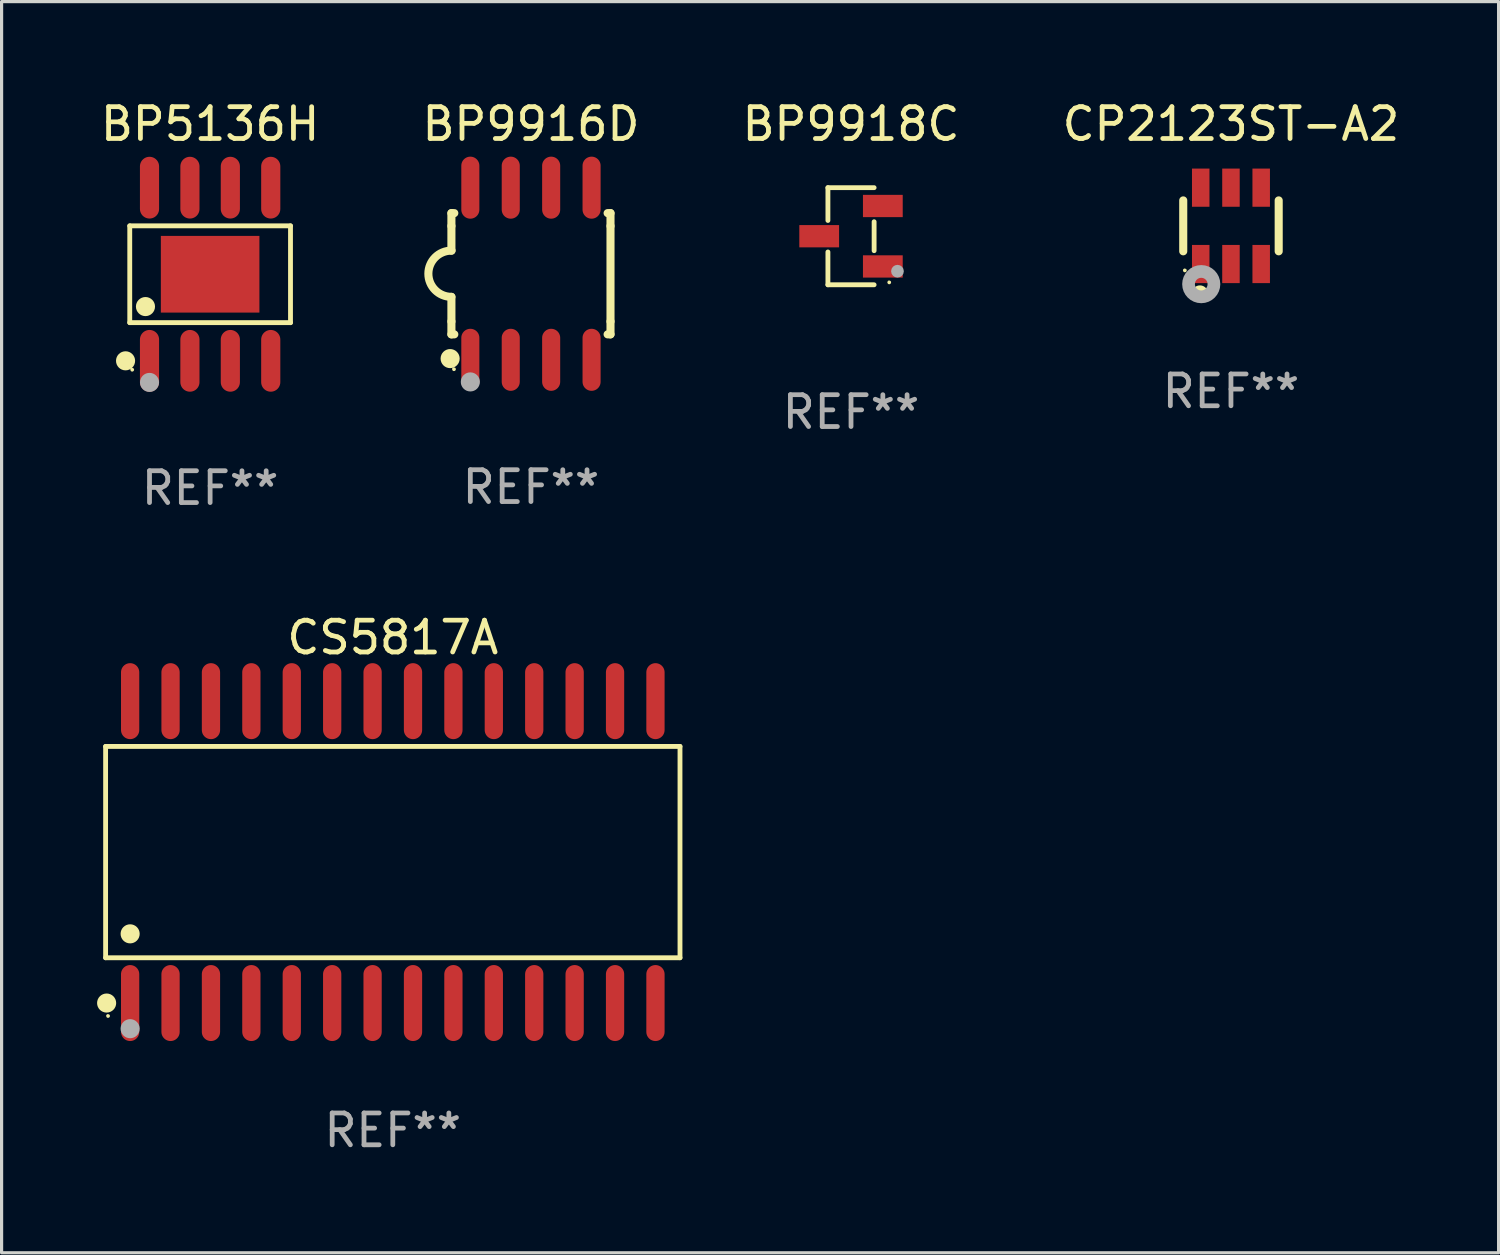
<source format=kicad_pcb>
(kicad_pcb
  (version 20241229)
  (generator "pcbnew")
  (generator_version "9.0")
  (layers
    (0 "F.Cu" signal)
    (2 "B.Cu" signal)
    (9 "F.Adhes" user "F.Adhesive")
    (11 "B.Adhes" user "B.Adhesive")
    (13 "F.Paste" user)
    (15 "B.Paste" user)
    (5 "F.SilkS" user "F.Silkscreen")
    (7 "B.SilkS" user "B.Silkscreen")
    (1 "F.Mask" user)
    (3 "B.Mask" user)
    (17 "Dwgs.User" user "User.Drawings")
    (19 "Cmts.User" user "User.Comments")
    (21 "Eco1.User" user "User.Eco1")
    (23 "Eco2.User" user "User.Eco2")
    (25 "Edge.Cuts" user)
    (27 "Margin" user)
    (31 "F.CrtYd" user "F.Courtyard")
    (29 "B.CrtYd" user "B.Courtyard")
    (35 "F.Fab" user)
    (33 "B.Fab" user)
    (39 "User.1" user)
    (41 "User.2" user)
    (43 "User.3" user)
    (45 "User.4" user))
  (footprint "CP2123ST-A2"
    (layer "F.Cu")
    (at 35.637 4.048)
    (property "Reference" "CP2123ST-A2" (at 0 -3.2 0) (layer "F.SilkS") (effects (font (size 1 1) (thickness 0.15))))
    (attr through_hole)
    (fp_line (start -1.5 0.8) (end -1.5 -0.8) (stroke (width 0.254) (type solid)) (layer "F.SilkS"))
    (fp_line (start 1.5 -0.8) (end 1.5 0.8) (stroke (width 0.254) (type solid)) (layer "F.SilkS"))
    (fp_circle (center -1.45 1.4) (end -1.42 1.4) (stroke (width 0.06) (type solid)) (fill no) (layer "F.SilkS"))
    (fp_circle (center -0.975 2.125) (end -0.848 2.125) (stroke (width 0.254) (type solid)) (fill no) (layer "F.SilkS"))
    (fp_circle (center -0.934 1.832) (end -0.735 1.832) (stroke (width 0.4) (type solid)) (fill no) (layer "F.Fab"))
    (fp_text user "REF**" (at 0 5.2 0) (layer "F.Fab") (effects (font (size 1 1) (thickness 0.15))))
    (pad "1" smd rect (at -0.95 1.2) (size 0.55 1.2) (layers "F.Cu" "F.Mask" "F.Paste"))
    (pad "2" smd rect (at 0 1.2) (size 0.55 1.2) (layers "F.Cu" "F.Mask" "F.Paste"))
    (pad "3" smd rect (at 0.95 1.2) (size 0.55 1.2) (layers "F.Cu" "F.Mask" "F.Paste"))
    (pad "4" smd rect (at 0.95 -1.2) (size 0.55 1.2) (layers "F.Cu" "F.Mask" "F.Paste"))
    (pad "5" smd rect (at 0 -1.2) (size 0.55 1.2) (layers "F.Cu" "F.Mask" "F.Paste"))
    (pad "6" smd rect (at -0.95 -1.2) (size 0.55 1.2) (layers "F.Cu" "F.Mask" "F.Paste")))
  (footprint "BP9916D"
    (layer "F.Cu")
    (at 13.637 5.553)
    (property "Reference" "BP9916D" (at 0 -4.705 0) (layer "F.SilkS") (effects (font (size 1 1) (thickness 0.15))))
    (attr through_hole)
    (fp_line (start -2.5 -1.905) (end -2.409 -1.905) (stroke (width 0.254) (type solid)) (layer "F.SilkS"))
    (fp_line (start -2.5 -1.5) (end -2.5 -1.905) (stroke (width 0.254) (type solid)) (layer "F.SilkS"))
    (fp_line (start -2.5 -1.5) (end -2.5 -0.726) (stroke (width 0.254) (type solid)) (layer "F.SilkS"))
    (fp_line (start -2.5 1.5) (end -2.5 0.727) (stroke (width 0.254) (type solid)) (layer "F.SilkS"))
    (fp_line (start -2.5 1.5) (end -2.5 1.905) (stroke (width 0.254) (type solid)) (layer "F.SilkS"))
    (fp_line (start -2.5 1.905) (end -2.409 1.905) (stroke (width 0.254) (type solid)) (layer "F.SilkS"))
    (fp_line (start 2.5 -1.905) (end 2.409 -1.905) (stroke (width 0.254) (type solid)) (layer "F.SilkS"))
    (fp_line (start 2.5 -1.5) (end 2.5 -1.905) (stroke (width 0.254) (type solid)) (layer "F.SilkS"))
    (fp_line (start 2.5 -1.5) (end 2.5 1.5) (stroke (width 0.254) (type solid)) (layer "F.SilkS"))
    (fp_line (start 2.5 1.5) (end 2.5 1.905) (stroke (width 0.254) (type solid)) (layer "F.SilkS"))
    (fp_line (start 2.5 1.905) (end 2.409 1.905) (stroke (width 0.254) (type solid)) (layer "F.SilkS"))
    (fp_arc (start -2.5 0.726568) (mid -3.220316 -0.0023) (end -2.495097 -0.726289) (stroke (width 0.254001) (type solid)) (layer "F.SilkS"))
    (fp_circle (center -2.54 2.667) (end -2.39 2.667) (stroke (width 0.3) (type solid)) (fill no) (layer "F.SilkS"))
    (fp_circle (center -2.42 3) (end -2.39 3) (stroke (width 0.06) (type solid)) (fill no) (layer "F.SilkS"))
    (fp_circle (center -1.905 3.4) (end -1.755 3.4) (stroke (width 0.3) (type solid)) (fill no) (layer "F.Fab"))
    (fp_text user "REF**" (at 0 6.705 0) (layer "F.Fab") (effects (font (size 1 1) (thickness 0.15))))
    (pad "1" smd oval (at -1.905 2.705) (size 0.568 1.95) (layers "F.Cu" "F.Mask" "F.Paste"))
    (pad "2" smd oval (at -0.635 2.705) (size 0.568 1.95) (layers "F.Cu" "F.Mask" "F.Paste"))
    (pad "3" smd oval (at 0.635 2.705) (size 0.568 1.95) (layers "F.Cu" "F.Mask" "F.Paste"))
    (pad "4" smd oval (at 1.905 2.705) (size 0.568 1.95) (layers "F.Cu" "F.Mask" "F.Paste"))
    (pad "5" smd oval (at 1.905 -2.705) (size 0.568 1.95) (layers "F.Cu" "F.Mask" "F.Paste"))
    (pad "6" smd oval (at 0.635 -2.705) (size 0.568 1.95) (layers "F.Cu" "F.Mask" "F.Paste"))
    (pad "7" smd oval (at -0.635 -2.705) (size 0.568 1.95) (layers "F.Cu" "F.Mask" "F.Paste"))
    (pad "8" smd oval (at -1.905 -2.705) (size 0.568 1.95) (layers "F.Cu" "F.Mask" "F.Paste")))
  (footprint "BP9918C"
    (layer "F.Cu")
    (at 23.696 4.374)
    (property "Reference" "BP9918C" (at 0 -3.526 0) (layer "F.SilkS") (effects (font (size 1 1) (thickness 0.15))))
    (attr through_hole)
    (fp_line (start -0.726 -1.526) (end -0.726 -0.495) (stroke (width 0.152) (type solid)) (layer "F.SilkS"))
    (fp_line (start -0.726 1.526) (end -0.726 0.495) (stroke (width 0.152) (type solid)) (layer "F.SilkS"))
    (fp_line (start 0.726 -1.526) (end -0.726 -1.526) (stroke (width 0.152) (type solid)) (layer "F.SilkS"))
    (fp_line (start 0.726 -0.455) (end 0.726 0.455) (stroke (width 0.152) (type solid)) (layer "F.SilkS"))
    (fp_line (start 0.726 1.526) (end -0.726 1.526) (stroke (width 0.152) (type solid)) (layer "F.SilkS"))
    (fp_circle (center 1.2 1.45) (end 1.23 1.45) (stroke (width 0.06) (type solid)) (fill no) (layer "F.SilkS"))
    (fp_circle (center 1.46 1.1) (end 1.56 1.1) (stroke (width 0.2) (type solid)) (fill no) (layer "F.Fab"))
    (fp_text user "REF**" (at 0 5.526 0) (layer "F.Fab") (effects (font (size 1 1) (thickness 0.15))))
    (pad "1" smd rect (at 1 0.95) (size 1.25 0.7) (layers "F.Cu" "F.Mask" "F.Paste"))
    (pad "2" smd rect (at 1 -0.95) (size 1.25 0.7) (layers "F.Cu" "F.Mask" "F.Paste"))
    (pad "3" smd rect (at -1 0) (size 1.25 0.7) (layers "F.Cu" "F.Mask" "F.Paste")))
  (footprint "CS5817A"
    (layer "F.Cu")
    (at 9.295 23.73)
    (property "Reference" "CS5817A" (at 0 -6.744 0) (layer "F.SilkS") (effects (font (size 1 1) (thickness 0.15))))
    (attr through_hole)
    (fp_line (start -9.026 -3.321) (end 9.026 -3.321) (stroke (width 0.152) (type solid)) (layer "F.SilkS"))
    (fp_line (start -9.026 3.321) (end -9.026 -3.321) (stroke (width 0.152) (type solid)) (layer "F.SilkS"))
    (fp_line (start 9.026 -3.321) (end 9.026 3.321) (stroke (width 0.152) (type solid)) (layer "F.SilkS"))
    (fp_line (start 9.026 3.321) (end -9.026 3.321) (stroke (width 0.152) (type solid)) (layer "F.SilkS"))
    (fp_circle (center -8.994 4.744) (end -8.844 4.744) (stroke (width 0.3) (type solid)) (fill no) (layer "F.SilkS"))
    (fp_circle (center -8.95 5.15) (end -8.92 5.15) (stroke (width 0.06) (type solid)) (fill no) (layer "F.SilkS"))
    (fp_circle (center -8.255 2.569) (end -8.105 2.569) (stroke (width 0.3) (type solid)) (fill no) (layer "F.SilkS"))
    (fp_circle (center -8.255 5.55) (end -8.105 5.55) (stroke (width 0.3) (type solid)) (fill no) (layer "F.Fab"))
    (fp_text user "REF**" (at 0 8.744 0) (layer "F.Fab") (effects (font (size 1 1) (thickness 0.15))))
    (pad "1" smd oval (at -8.255 4.744) (size 0.574 2.388) (layers "F.Cu" "F.Mask" "F.Paste"))
    (pad "2" smd oval (at -6.985 4.744) (size 0.574 2.388) (layers "F.Cu" "F.Mask" "F.Paste"))
    (pad "3" smd oval (at -5.715 4.744) (size 0.574 2.388) (layers "F.Cu" "F.Mask" "F.Paste"))
    (pad "4" smd oval (at -4.445 4.744) (size 0.574 2.388) (layers "F.Cu" "F.Mask" "F.Paste"))
    (pad "5" smd oval (at -3.175 4.744) (size 0.574 2.388) (layers "F.Cu" "F.Mask" "F.Paste"))
    (pad "6" smd oval (at -1.905 4.744) (size 0.574 2.388) (layers "F.Cu" "F.Mask" "F.Paste"))
    (pad "7" smd oval (at -0.635 4.744) (size 0.574 2.388) (layers "F.Cu" "F.Mask" "F.Paste"))
    (pad "8" smd oval (at 0.635 4.744) (size 0.574 2.388) (layers "F.Cu" "F.Mask" "F.Paste"))
    (pad "9" smd oval (at 1.905 4.744) (size 0.574 2.388) (layers "F.Cu" "F.Mask" "F.Paste"))
    (pad "10" smd oval (at 3.175 4.744) (size 0.574 2.388) (layers "F.Cu" "F.Mask" "F.Paste"))
    (pad "11" smd oval (at 4.445 4.744) (size 0.574 2.388) (layers "F.Cu" "F.Mask" "F.Paste"))
    (pad "12" smd oval (at 5.715 4.744) (size 0.574 2.388) (layers "F.Cu" "F.Mask" "F.Paste"))
    (pad "13" smd oval (at 6.985 4.744) (size 0.574 2.388) (layers "F.Cu" "F.Mask" "F.Paste"))
    (pad "14" smd oval (at 8.255 4.744) (size 0.574 2.388) (layers "F.Cu" "F.Mask" "F.Paste"))
    (pad "15" smd oval (at 8.255 -4.744) (size 0.574 2.388) (layers "F.Cu" "F.Mask" "F.Paste"))
    (pad "16" smd oval (at 6.985 -4.744) (size 0.574 2.388) (layers "F.Cu" "F.Mask" "F.Paste"))
    (pad "17" smd oval (at 5.715 -4.744) (size 0.574 2.388) (layers "F.Cu" "F.Mask" "F.Paste"))
    (pad "18" smd oval (at 4.445 -4.744) (size 0.574 2.388) (layers "F.Cu" "F.Mask" "F.Paste"))
    (pad "19" smd oval (at 3.175 -4.744) (size 0.574 2.388) (layers "F.Cu" "F.Mask" "F.Paste"))
    (pad "20" smd oval (at 1.905 -4.744) (size 0.574 2.388) (layers "F.Cu" "F.Mask" "F.Paste"))
    (pad "21" smd oval (at 0.635 -4.744) (size 0.574 2.388) (layers "F.Cu" "F.Mask" "F.Paste"))
    (pad "22" smd oval (at -0.635 -4.744) (size 0.574 2.388) (layers "F.Cu" "F.Mask" "F.Paste"))
    (pad "23" smd oval (at -1.905 -4.744) (size 0.574 2.388) (layers "F.Cu" "F.Mask" "F.Paste"))
    (pad "24" smd oval (at -3.175 -4.744) (size 0.574 2.388) (layers "F.Cu" "F.Mask" "F.Paste"))
    (pad "25" smd oval (at -4.445 -4.744) (size 0.574 2.388) (layers "F.Cu" "F.Mask" "F.Paste"))
    (pad "26" smd oval (at -5.715 -4.744) (size 0.574 2.388) (layers "F.Cu" "F.Mask" "F.Paste"))
    (pad "27" smd oval (at -6.985 -4.744) (size 0.574 2.388) (layers "F.Cu" "F.Mask" "F.Paste"))
    (pad "28" smd oval (at -8.255 -4.744) (size 0.574 2.388) (layers "F.Cu" "F.Mask" "F.Paste")))
  (footprint "BP5136H"
    (layer "F.Cu")
    (at 3.554 5.569)
    (property "Reference" "BP5136H" (at 0 -4.721 0) (layer "F.SilkS") (effects (font (size 1 1) (thickness 0.15))))
    (attr through_hole)
    (fp_line (start -2.526 -1.521) (end 2.526 -1.521) (stroke (width 0.152) (type solid)) (layer "F.SilkS"))
    (fp_line (start -2.526 1.521) (end -2.526 -1.521) (stroke (width 0.152) (type solid)) (layer "F.SilkS"))
    (fp_line (start 2.526 -1.521) (end 2.526 1.521) (stroke (width 0.152) (type solid)) (layer "F.SilkS"))
    (fp_line (start 2.526 1.521) (end -2.526 1.521) (stroke (width 0.152) (type solid)) (layer "F.SilkS"))
    (fp_circle (center -2.658 2.721) (end -2.508 2.721) (stroke (width 0.3) (type solid)) (fill no) (layer "F.SilkS"))
    (fp_circle (center -2.45 3) (end -2.42 3) (stroke (width 0.06) (type solid)) (fill no) (layer "F.SilkS"))
    (fp_circle (center -2.032 1.016) (end -1.882 1.016) (stroke (width 0.3) (type solid)) (fill no) (layer "F.SilkS"))
    (fp_circle (center -1.905 3.4) (end -1.755 3.4) (stroke (width 0.3) (type solid)) (fill no) (layer "F.Fab"))
    (fp_text user "REF**" (at 0 6.721 0) (layer "F.Fab") (effects (font (size 1 1) (thickness 0.15))))
    (pad "1" smd oval (at -1.905 2.721) (size 0.602 1.941) (layers "F.Cu" "F.Mask" "F.Paste"))
    (pad "2" smd oval (at -0.635 2.721) (size 0.602 1.941) (layers "F.Cu" "F.Mask" "F.Paste"))
    (pad "3" smd oval (at 0.635 2.721) (size 0.602 1.941) (layers "F.Cu" "F.Mask" "F.Paste"))
    (pad "4" smd oval (at 1.905 2.721) (size 0.602 1.941) (layers "F.Cu" "F.Mask" "F.Paste"))
    (pad "5" smd oval (at 1.905 -2.721) (size 0.602 1.941) (layers "F.Cu" "F.Mask" "F.Paste"))
    (pad "6" smd oval (at 0.635 -2.721) (size 0.602 1.941) (layers "F.Cu" "F.Mask" "F.Paste"))
    (pad "7" smd oval (at -0.635 -2.721) (size 0.602 1.941) (layers "F.Cu" "F.Mask" "F.Paste"))
    (pad "8" smd oval (at -1.905 -2.721) (size 0.602 1.941) (layers "F.Cu" "F.Mask" "F.Paste"))
    (pad "9" smd rect (at 0 0) (size 3.098 2.41) (layers "F.Cu" "F.Mask" "F.Paste")))
  (gr_rect
    (start -3 -3)
    (end 44.048 36.322)
    (stroke (width 0.1) (type default))
    (fill no)
    (layer "Edge.Cuts")))
</source>
